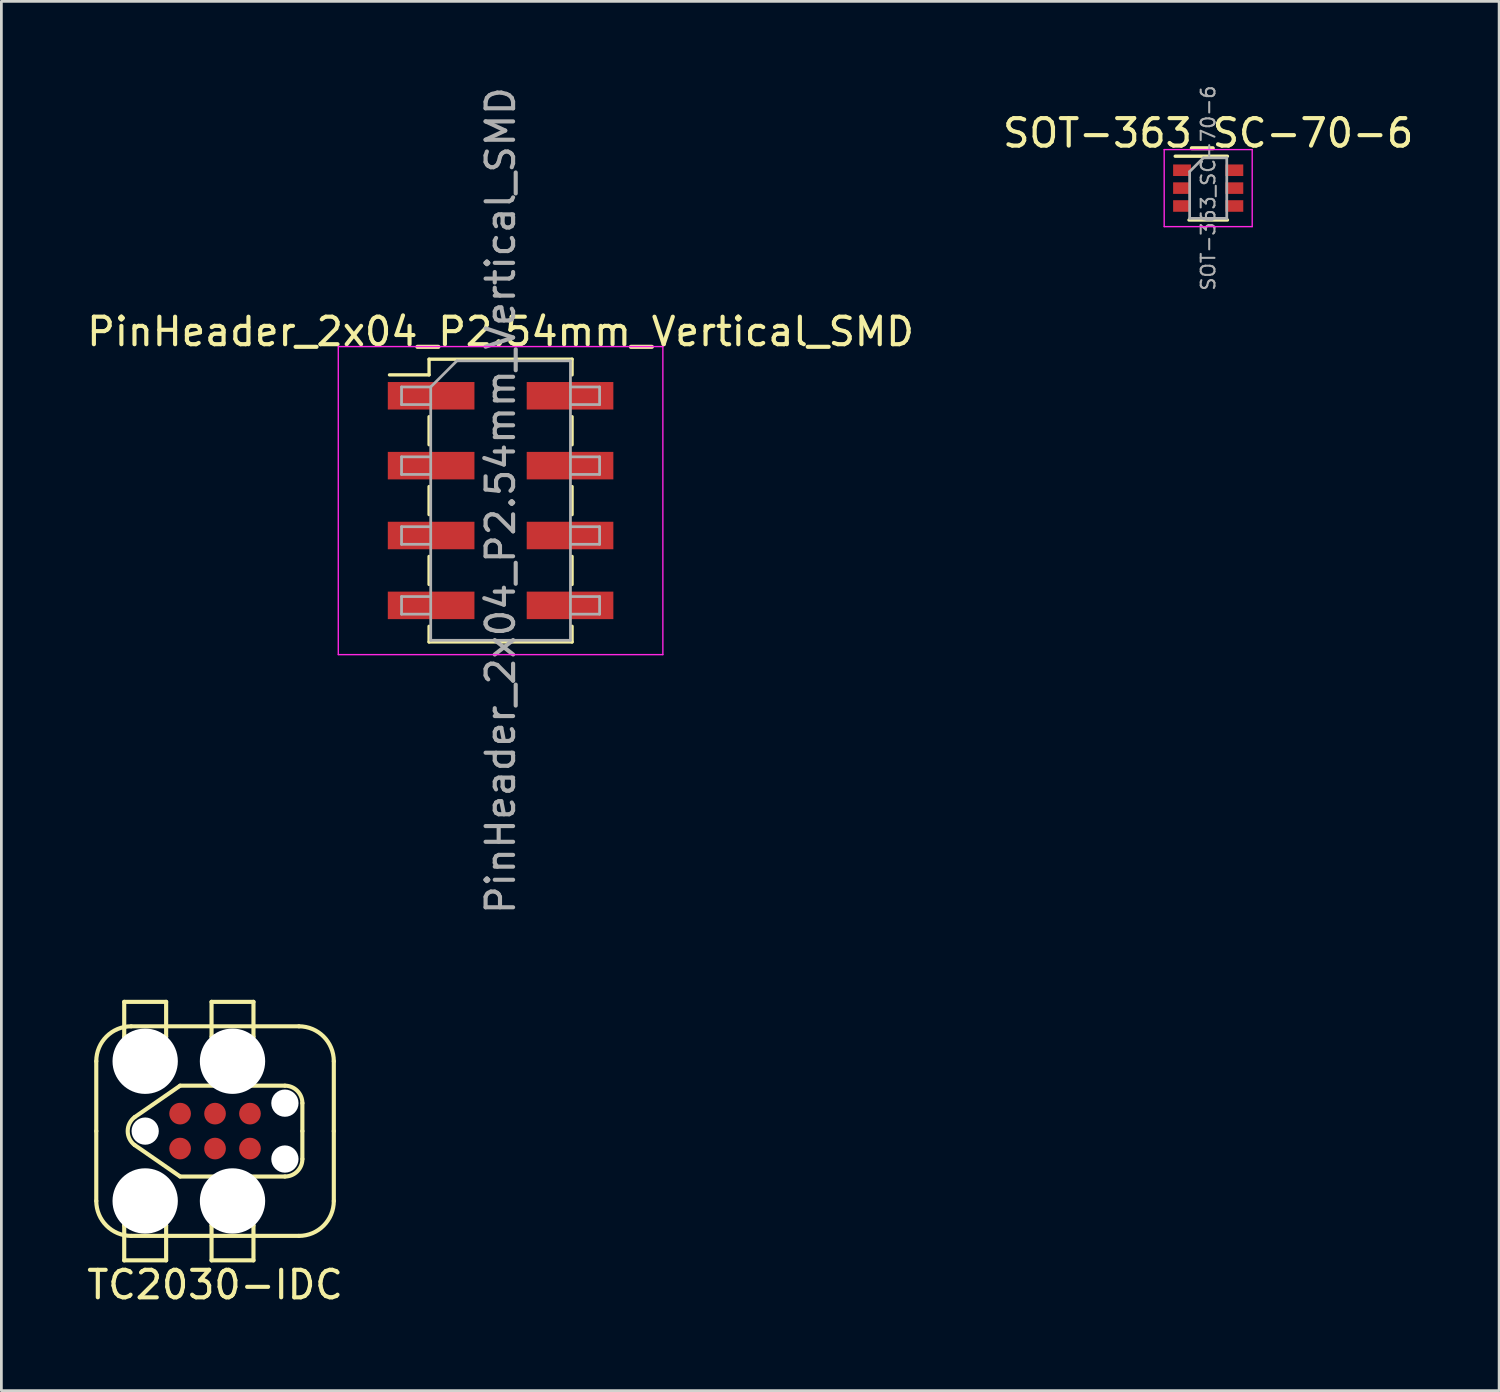
<source format=kicad_pcb>
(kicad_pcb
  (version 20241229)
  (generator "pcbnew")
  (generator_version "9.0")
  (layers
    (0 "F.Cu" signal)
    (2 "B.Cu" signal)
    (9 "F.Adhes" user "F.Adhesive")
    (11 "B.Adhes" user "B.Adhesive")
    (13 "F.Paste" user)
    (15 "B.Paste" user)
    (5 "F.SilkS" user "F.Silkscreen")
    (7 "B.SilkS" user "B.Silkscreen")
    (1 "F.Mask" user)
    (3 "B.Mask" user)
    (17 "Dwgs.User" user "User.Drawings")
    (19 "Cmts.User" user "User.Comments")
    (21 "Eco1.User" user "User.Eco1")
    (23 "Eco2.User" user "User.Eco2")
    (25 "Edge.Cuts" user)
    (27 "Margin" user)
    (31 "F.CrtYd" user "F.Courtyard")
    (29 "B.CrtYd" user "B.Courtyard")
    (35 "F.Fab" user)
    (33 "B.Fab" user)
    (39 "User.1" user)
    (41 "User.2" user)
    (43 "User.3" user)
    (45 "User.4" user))
  (footprint "SOT-363_SC-70-6"
    (layer "F.Cu")
    (at 40.875 3.789)
    (property "Reference" "SOT-363_SC-70-6" (at 0 -2 0) (layer "F.SilkS") (effects (font (size 1 1) (thickness 0.15))))
    (attr smd)
    (fp_line (start -0.7 1.16) (end 0.7 1.16) (stroke (width 0.12) (type solid)) (layer "F.SilkS"))
    (fp_line (start 0.7 -1.16) (end -1.2 -1.16) (stroke (width 0.12) (type solid)) (layer "F.SilkS"))
    (fp_line (start -1.6 -1.4) (end -1.6 1.4) (stroke (width 0.05) (type solid)) (layer "F.CrtYd"))
    (fp_line (start -1.6 -1.4) (end 1.6 -1.4) (stroke (width 0.05) (type solid)) (layer "F.CrtYd"))
    (fp_line (start -1.6 1.4) (end 1.6 1.4) (stroke (width 0.05) (type solid)) (layer "F.CrtYd"))
    (fp_line (start 1.6 1.4) (end 1.6 -1.4) (stroke (width 0.05) (type solid)) (layer "F.CrtYd"))
    (fp_line (start -0.675 -0.6) (end -0.675 1.1) (stroke (width 0.1) (type solid)) (layer "F.Fab"))
    (fp_line (start -0.175 -1.1) (end -0.675 -0.6) (stroke (width 0.1) (type solid)) (layer "F.Fab"))
    (fp_line (start 0.675 -1.1) (end -0.175 -1.1) (stroke (width 0.1) (type solid)) (layer "F.Fab"))
    (fp_line (start 0.675 -1.1) (end 0.675 1.1) (stroke (width 0.1) (type solid)) (layer "F.Fab"))
    (fp_line (start 0.675 1.1) (end -0.675 1.1) (stroke (width 0.1) (type solid)) (layer "F.Fab"))
    (fp_text user "${REFERENCE}" (at 0 0 90) (layer "F.Fab") (effects (font (size 0.5 0.5) (thickness 0.075))))
    (pad "1" smd rect (at -0.95 -0.65) (size 0.65 0.42) (layers "F.Cu" "F.Mask" "F.Paste"))
    (pad "2" smd rect (at -0.95 0) (size 0.65 0.42) (layers "F.Cu" "F.Mask" "F.Paste"))
    (pad "3" smd rect (at -0.95 0.65) (size 0.65 0.42) (layers "F.Cu" "F.Mask" "F.Paste"))
    (pad "4" smd rect (at 0.95 0.65) (size 0.65 0.42) (layers "F.Cu" "F.Mask" "F.Paste"))
    (pad "5" smd rect (at 0.95 0) (size 0.65 0.42) (layers "F.Cu" "F.Mask" "F.Paste"))
    (pad "6" smd rect (at 0.95 -0.65) (size 0.65 0.42) (layers "F.Cu" "F.Mask" "F.Paste")))
  (footprint "TC2030-IDC"
    (layer "F.Cu")
    (at 2.228 38.072)
    (property "Reference" "TC2030-IDC" (at 2.54 5.588 0) (layer "F.SilkS") (effects (font (size 1 1) (thickness 0.15))))
    (attr through_hole)
    (fp_line (start -1.778 0) (end -1.778 -2.54) (stroke (width 0.15) (type solid)) (layer "F.SilkS"))
    (fp_line (start -1.778 2.54) (end -1.778 0) (stroke (width 0.15) (type solid)) (layer "F.SilkS"))
    (fp_line (start -0.762 -3.429) (end -0.762 -4.699) (stroke (width 0.15) (type solid)) (layer "F.SilkS"))
    (fp_line (start -0.762 -3.429) (end 0.762 -3.429) (stroke (width 0.15) (type solid)) (layer "F.SilkS"))
    (fp_line (start -0.762 3.429) (end 0.762 3.429) (stroke (width 0.15) (type solid)) (layer "F.SilkS"))
    (fp_line (start -0.762 4.699) (end -0.762 3.429) (stroke (width 0.15) (type solid)) (layer "F.SilkS"))
    (fp_line (start -0.508 -3.81) (end 5.588 -3.81) (stroke (width 0.15) (type solid)) (layer "F.SilkS"))
    (fp_line (start 0.762 -4.699) (end -0.762 -4.699) (stroke (width 0.15) (type solid)) (layer "F.SilkS"))
    (fp_line (start 0.762 -3.429) (end 0.762 -4.699) (stroke (width 0.15) (type solid)) (layer "F.SilkS"))
    (fp_line (start 0.762 3.429) (end 0.762 4.699) (stroke (width 0.15) (type solid)) (layer "F.SilkS"))
    (fp_line (start 0.762 4.699) (end -0.762 4.699) (stroke (width 0.15) (type solid)) (layer "F.SilkS"))
    (fp_line (start 1.27 -1.651) (end -0.381 -0.508) (stroke (width 0.15) (type solid)) (layer "F.SilkS"))
    (fp_line (start 1.27 1.651) (end -0.381 0.508) (stroke (width 0.15) (type solid)) (layer "F.SilkS"))
    (fp_line (start 2.413 -4.699) (end 2.413 -3.429) (stroke (width 0.15) (type solid)) (layer "F.SilkS"))
    (fp_line (start 2.413 -3.429) (end 3.937 -3.429) (stroke (width 0.15) (type solid)) (layer "F.SilkS"))
    (fp_line (start 2.413 3.429) (end 2.413 4.699) (stroke (width 0.15) (type solid)) (layer "F.SilkS"))
    (fp_line (start 2.413 3.429) (end 3.937 3.429) (stroke (width 0.15) (type solid)) (layer "F.SilkS"))
    (fp_line (start 3.937 -4.699) (end 2.413 -4.699) (stroke (width 0.15) (type solid)) (layer "F.SilkS"))
    (fp_line (start 3.937 -3.429) (end 3.937 -4.699) (stroke (width 0.15) (type solid)) (layer "F.SilkS"))
    (fp_line (start 3.937 3.429) (end 3.937 4.699) (stroke (width 0.15) (type solid)) (layer "F.SilkS"))
    (fp_line (start 3.937 4.699) (end 2.413 4.699) (stroke (width 0.15) (type solid)) (layer "F.SilkS"))
    (fp_line (start 5.08 -1.651) (end 1.27 -1.651) (stroke (width 0.15) (type solid)) (layer "F.SilkS"))
    (fp_line (start 5.08 1.651) (end 1.27 1.651) (stroke (width 0.15) (type solid)) (layer "F.SilkS"))
    (fp_line (start 5.588 3.81) (end -0.508 3.81) (stroke (width 0.15) (type solid)) (layer "F.SilkS"))
    (fp_line (start 5.715 0) (end 5.715 -1.016) (stroke (width 0.15) (type solid)) (layer "F.SilkS"))
    (fp_line (start 5.715 0) (end 5.715 1.016) (stroke (width 0.15) (type solid)) (layer "F.SilkS"))
    (fp_line (start 6.858 -2.54) (end 6.858 0) (stroke (width 0.15) (type solid)) (layer "F.SilkS"))
    (fp_line (start 6.858 0) (end 6.858 2.54) (stroke (width 0.15) (type solid)) (layer "F.SilkS"))
    (fp_arc (start -1.778 -2.54) (mid -1.406026 -3.438026) (end -0.508 -3.81) (stroke (width 0.15) (type solid)) (layer "F.SilkS"))
    (fp_arc (start -0.508 3.81) (mid -1.406026 3.438026) (end -1.778 2.54) (stroke (width 0.15) (type solid)) (layer "F.SilkS"))
    (fp_arc (start -0.381 0.508) (mid -0.635 0) (end -0.380999 -0.508) (stroke (width 0.15) (type solid)) (layer "F.SilkS"))
    (fp_arc (start 5.08 -1.651) (mid 5.529013 -1.465013) (end 5.715 -1.016) (stroke (width 0.15) (type solid)) (layer "F.SilkS"))
    (fp_arc (start 5.588 -3.81) (mid 6.486026 -3.438026) (end 6.858 -2.54) (stroke (width 0.15) (type solid)) (layer "F.SilkS"))
    (fp_arc (start 5.715 1.016) (mid 5.529013 1.465013) (end 5.08 1.651) (stroke (width 0.15) (type solid)) (layer "F.SilkS"))
    (fp_arc (start 6.858 2.54) (mid 6.486026 3.438026) (end 5.588 3.81) (stroke (width 0.15) (type solid)) (layer "F.SilkS"))
    (pad "" np_thru_hole circle (at 0 -2.54) (size 2.375 2.375) (drill 2.375) (layers "*.Cu" "*.Mask"))
    (pad "" np_thru_hole circle (at 0 0) (size 0.991 0.991) (drill 0.991) (layers "*.Cu" "*.Mask"))
    (pad "" np_thru_hole circle (at 0 2.54) (size 2.375 2.375) (drill 2.375) (layers "*.Cu" "*.Mask"))
    (pad "" np_thru_hole circle (at 3.175 -2.54) (size 2.375 2.375) (drill 2.375) (layers "*.Cu" "*.Mask"))
    (pad "" np_thru_hole circle (at 3.175 2.54) (size 2.375 2.375) (drill 2.375) (layers "*.Cu" "*.Mask"))
    (pad "" np_thru_hole circle (at 5.08 -1.016) (size 0.991 0.991) (drill 0.991) (layers "*.Cu" "*.Mask"))
    (pad "" np_thru_hole circle (at 5.08 1.016) (size 0.991 0.991) (drill 0.991) (layers "*.Cu" "*.Mask"))
    (pad "1" smd circle (at 1.27 0.635) (size 0.787 0.787) (layers "F.Cu" "F.Mask"))
    (pad "2" smd circle (at 1.27 -0.635) (size 0.787 0.787) (layers "F.Cu" "F.Mask"))
    (pad "3" smd circle (at 2.54 0.635) (size 0.787 0.787) (layers "F.Cu" "F.Mask"))
    (pad "4" smd circle (at 2.54 -0.635) (size 0.787 0.787) (layers "F.Cu" "F.Mask"))
    (pad "5" smd circle (at 3.81 0.635) (size 0.787 0.787) (layers "F.Cu" "F.Mask"))
    (pad "6" smd circle (at 3.81 -0.635) (size 0.787 0.787) (layers "F.Cu" "F.Mask")))
  (footprint "PinHeader_2x04_P2.54mm_Vertical_SMD"
    (layer "F.Cu")
    (at 15.149 15.149)
    (property "Reference" "PinHeader_2x04_P2.54mm_Vertical_SMD" (at 0 -6.14 0) (layer "F.SilkS") (effects (font (size 1 1) (thickness 0.15))))
    (attr smd)
    (fp_line (start -4.04 -4.57) (end -2.6 -4.57) (stroke (width 0.12) (type solid)) (layer "F.SilkS"))
    (fp_line (start -2.6 -5.14) (end -2.6 -4.57) (stroke (width 0.12) (type solid)) (layer "F.SilkS"))
    (fp_line (start -2.6 -5.14) (end 2.6 -5.14) (stroke (width 0.12) (type solid)) (layer "F.SilkS"))
    (fp_line (start -2.6 -3.05) (end -2.6 -2.03) (stroke (width 0.12) (type solid)) (layer "F.SilkS"))
    (fp_line (start -2.6 -0.51) (end -2.6 0.51) (stroke (width 0.12) (type solid)) (layer "F.SilkS"))
    (fp_line (start -2.6 2.03) (end -2.6 3.05) (stroke (width 0.12) (type solid)) (layer "F.SilkS"))
    (fp_line (start -2.6 4.57) (end -2.6 5.14) (stroke (width 0.12) (type solid)) (layer "F.SilkS"))
    (fp_line (start -2.6 5.14) (end 2.6 5.14) (stroke (width 0.12) (type solid)) (layer "F.SilkS"))
    (fp_line (start 2.6 -5.14) (end 2.6 -4.57) (stroke (width 0.12) (type solid)) (layer "F.SilkS"))
    (fp_line (start 2.6 -3.05) (end 2.6 -2.03) (stroke (width 0.12) (type solid)) (layer "F.SilkS"))
    (fp_line (start 2.6 -0.51) (end 2.6 0.51) (stroke (width 0.12) (type solid)) (layer "F.SilkS"))
    (fp_line (start 2.6 2.03) (end 2.6 3.05) (stroke (width 0.12) (type solid)) (layer "F.SilkS"))
    (fp_line (start 2.6 4.57) (end 2.6 5.14) (stroke (width 0.12) (type solid)) (layer "F.SilkS"))
    (fp_line (start -5.9 -5.6) (end -5.9 5.6) (stroke (width 0.05) (type solid)) (layer "F.CrtYd"))
    (fp_line (start -5.9 5.6) (end 5.9 5.6) (stroke (width 0.05) (type solid)) (layer "F.CrtYd"))
    (fp_line (start 5.9 -5.6) (end -5.9 -5.6) (stroke (width 0.05) (type solid)) (layer "F.CrtYd"))
    (fp_line (start 5.9 5.6) (end 5.9 -5.6) (stroke (width 0.05) (type solid)) (layer "F.CrtYd"))
    (fp_line (start -3.6 -4.13) (end -3.6 -3.49) (stroke (width 0.1) (type solid)) (layer "F.Fab"))
    (fp_line (start -3.6 -3.49) (end -2.54 -3.49) (stroke (width 0.1) (type solid)) (layer "F.Fab"))
    (fp_line (start -3.6 -1.59) (end -3.6 -0.95) (stroke (width 0.1) (type solid)) (layer "F.Fab"))
    (fp_line (start -3.6 -0.95) (end -2.54 -0.95) (stroke (width 0.1) (type solid)) (layer "F.Fab"))
    (fp_line (start -3.6 0.95) (end -3.6 1.59) (stroke (width 0.1) (type solid)) (layer "F.Fab"))
    (fp_line (start -3.6 1.59) (end -2.54 1.59) (stroke (width 0.1) (type solid)) (layer "F.Fab"))
    (fp_line (start -3.6 3.49) (end -3.6 4.13) (stroke (width 0.1) (type solid)) (layer "F.Fab"))
    (fp_line (start -3.6 4.13) (end -2.54 4.13) (stroke (width 0.1) (type solid)) (layer "F.Fab"))
    (fp_line (start -2.54 -4.13) (end -3.6 -4.13) (stroke (width 0.1) (type solid)) (layer "F.Fab"))
    (fp_line (start -2.54 -4.13) (end -1.59 -5.08) (stroke (width 0.1) (type solid)) (layer "F.Fab"))
    (fp_line (start -2.54 -1.59) (end -3.6 -1.59) (stroke (width 0.1) (type solid)) (layer "F.Fab"))
    (fp_line (start -2.54 0.95) (end -3.6 0.95) (stroke (width 0.1) (type solid)) (layer "F.Fab"))
    (fp_line (start -2.54 3.49) (end -3.6 3.49) (stroke (width 0.1) (type solid)) (layer "F.Fab"))
    (fp_line (start -2.54 5.08) (end -2.54 -4.13) (stroke (width 0.1) (type solid)) (layer "F.Fab"))
    (fp_line (start -1.59 -5.08) (end 2.54 -5.08) (stroke (width 0.1) (type solid)) (layer "F.Fab"))
    (fp_line (start 2.54 -5.08) (end 2.54 5.08) (stroke (width 0.1) (type solid)) (layer "F.Fab"))
    (fp_line (start 2.54 -4.13) (end 3.6 -4.13) (stroke (width 0.1) (type solid)) (layer "F.Fab"))
    (fp_line (start 2.54 -1.59) (end 3.6 -1.59) (stroke (width 0.1) (type solid)) (layer "F.Fab"))
    (fp_line (start 2.54 0.95) (end 3.6 0.95) (stroke (width 0.1) (type solid)) (layer "F.Fab"))
    (fp_line (start 2.54 3.49) (end 3.6 3.49) (stroke (width 0.1) (type solid)) (layer "F.Fab"))
    (fp_line (start 2.54 5.08) (end -2.54 5.08) (stroke (width 0.1) (type solid)) (layer "F.Fab"))
    (fp_line (start 3.6 -4.13) (end 3.6 -3.49) (stroke (width 0.1) (type solid)) (layer "F.Fab"))
    (fp_line (start 3.6 -3.49) (end 2.54 -3.49) (stroke (width 0.1) (type solid)) (layer "F.Fab"))
    (fp_line (start 3.6 -1.59) (end 3.6 -0.95) (stroke (width 0.1) (type solid)) (layer "F.Fab"))
    (fp_line (start 3.6 -0.95) (end 2.54 -0.95) (stroke (width 0.1) (type solid)) (layer "F.Fab"))
    (fp_line (start 3.6 0.95) (end 3.6 1.59) (stroke (width 0.1) (type solid)) (layer "F.Fab"))
    (fp_line (start 3.6 1.59) (end 2.54 1.59) (stroke (width 0.1) (type solid)) (layer "F.Fab"))
    (fp_line (start 3.6 3.49) (end 3.6 4.13) (stroke (width 0.1) (type solid)) (layer "F.Fab"))
    (fp_line (start 3.6 4.13) (end 2.54 4.13) (stroke (width 0.1) (type solid)) (layer "F.Fab"))
    (fp_text user "${REFERENCE}" (at 0 0 270) (layer "F.Fab") (effects (font (size 1 1) (thickness 0.15))))
    (pad "1" smd rect (at -2.525 -3.81) (size 3.15 1) (layers "F.Cu" "F.Mask" "F.Paste"))
    (pad "2" smd rect (at 2.525 -3.81) (size 3.15 1) (layers "F.Cu" "F.Mask" "F.Paste"))
    (pad "3" smd rect (at -2.525 -1.27) (size 3.15 1) (layers "F.Cu" "F.Mask" "F.Paste"))
    (pad "4" smd rect (at 2.525 -1.27) (size 3.15 1) (layers "F.Cu" "F.Mask" "F.Paste"))
    (pad "5" smd rect (at -2.525 1.27) (size 3.15 1) (layers "F.Cu" "F.Mask" "F.Paste"))
    (pad "6" smd rect (at 2.525 1.27) (size 3.15 1) (layers "F.Cu" "F.Mask" "F.Paste"))
    (pad "7" smd rect (at -2.525 3.81) (size 3.15 1) (layers "F.Cu" "F.Mask" "F.Paste"))
    (pad "8" smd rect (at 2.525 3.81) (size 3.15 1) (layers "F.Cu" "F.Mask" "F.Paste")))
  (gr_rect
    (start -3 -3)
    (end 51.452 47.508)
    (stroke (width 0.1) (type default))
    (fill no)
    (layer "Edge.Cuts")))
</source>
